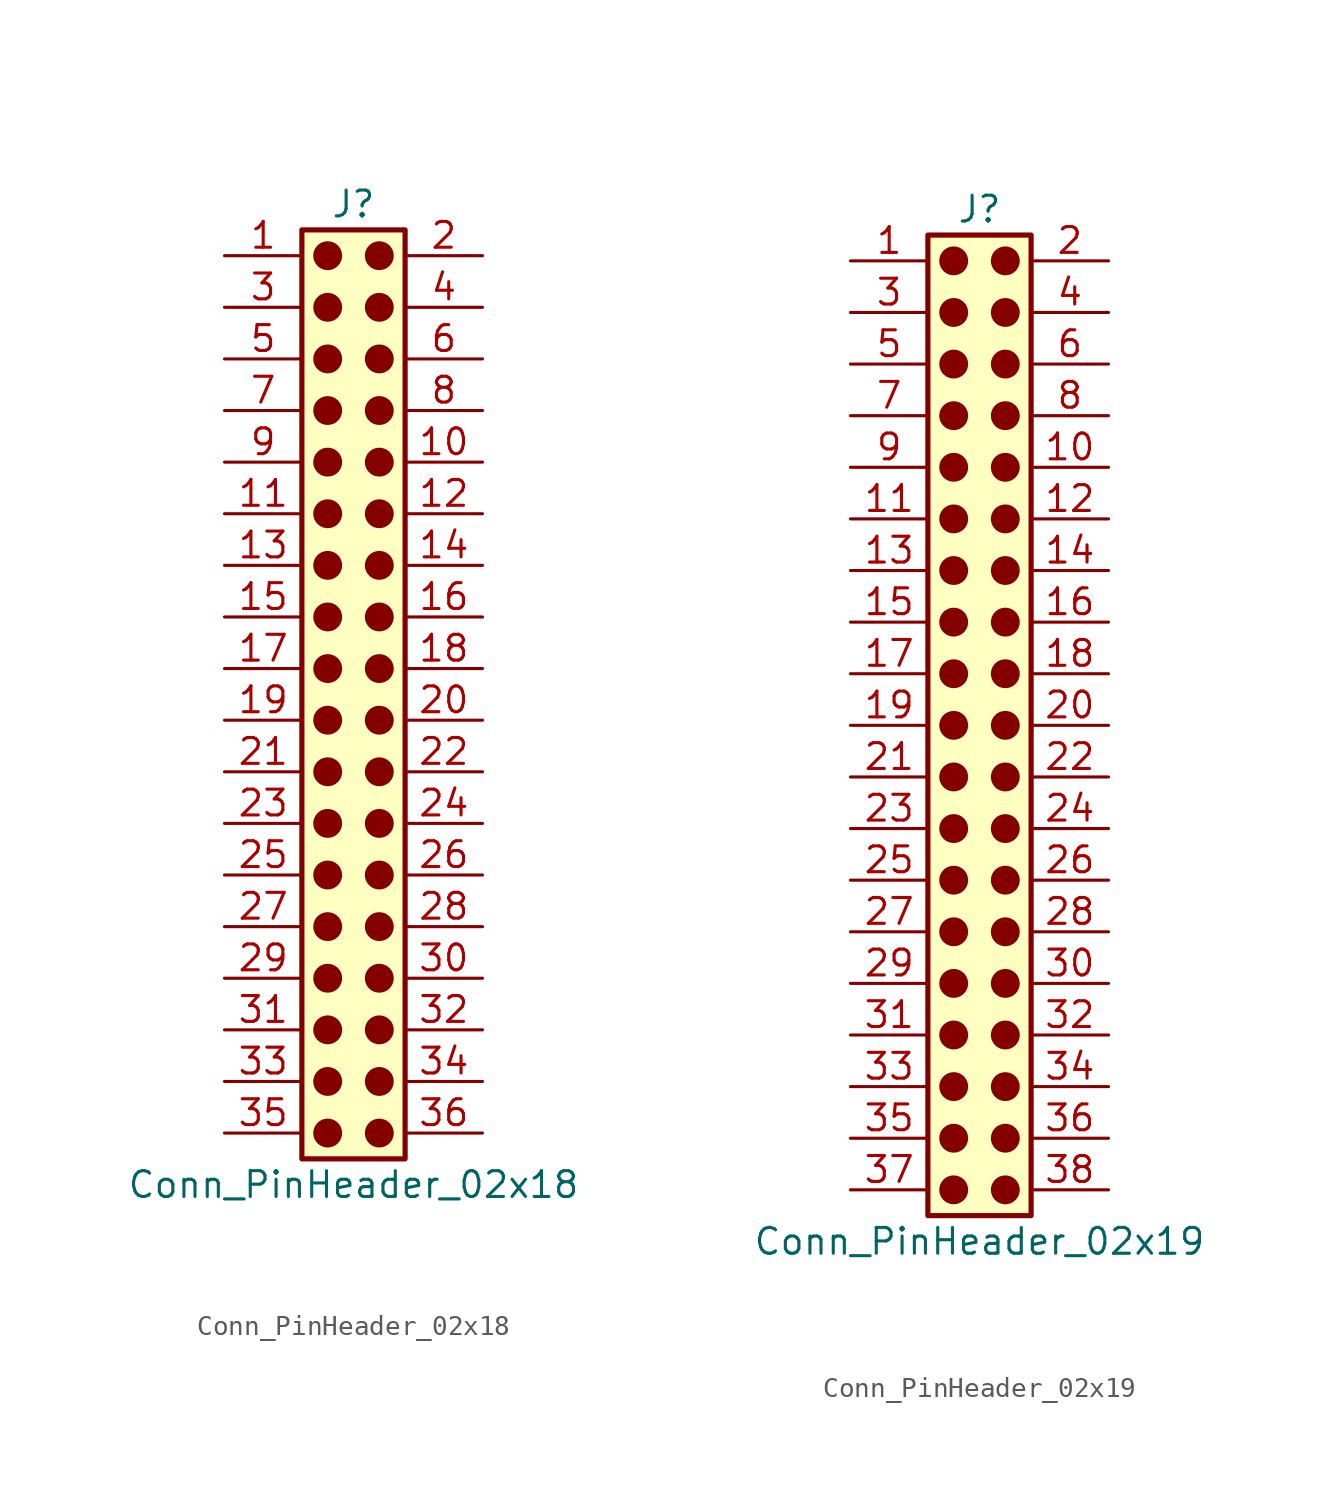
<source format=kicad_sym>
(kicad_symbol_lib
  (version 20241209)
  (generator "kicad_symbol_editor")
  (generator_version "9.0")
  (symbol "Conn_PinHeader_02x18"
    (pin_names
      (offset 1.016)
      (hide yes))
    (property "Reference" "J"
      (at 1.27 22.86 0)
      (effects (font (size 1.27 1.27))))
    (property "Value" "Conn_PinHeader_02x18"
      (at 1.27 -25.4 0)
      (effects (font (size 1.27 1.27))))
    (symbol "Conn_PinHeader_02x18_1_1"
      (rectangle (start -1.27 21.59) (end 3.81 -24.13) (stroke (width 0.254) (type default)) (fill (type background)))
      (circle (center 0 20.32) (radius 0.635) (stroke (width 0) (type solid) (color 132 0 0 1)) (fill (type outline)))
      (circle (center 0 17.78) (radius 0.635) (stroke (width 0) (type solid) (color 132 0 0 1)) (fill (type outline)))
      (circle (center 0 15.24) (radius 0.635) (stroke (width 0) (type solid) (color 132 0 0 1)) (fill (type outline)))
      (circle (center 0 12.7) (radius 0.635) (stroke (width 0) (type solid) (color 132 0 0 1)) (fill (type outline)))
      (circle (center 0 10.16) (radius 0.635) (stroke (width 0) (type solid) (color 132 0 0 1)) (fill (type outline)))
      (circle (center 0 7.62) (radius 0.635) (stroke (width 0) (type solid) (color 132 0 0 1)) (fill (type outline)))
      (circle (center 0 5.08) (radius 0.635) (stroke (width 0) (type solid) (color 132 0 0 1)) (fill (type outline)))
      (circle (center 0 2.54) (radius 0.635) (stroke (width 0) (type solid) (color 132 0 0 1)) (fill (type outline)))
      (circle (center 0 0) (radius 0.635) (stroke (width 0) (type solid) (color 132 0 0 1)) (fill (type outline)))
      (circle (center 0 -2.54) (radius 0.635) (stroke (width 0) (type solid) (color 132 0 0 1)) (fill (type outline)))
      (circle (center 0 -5.08) (radius 0.635) (stroke (width 0) (type solid) (color 132 0 0 1)) (fill (type outline)))
      (circle (center 0 -7.62) (radius 0.635) (stroke (width 0) (type solid) (color 132 0 0 1)) (fill (type outline)))
      (circle (center 0 -10.16) (radius 0.635) (stroke (width 0) (type solid) (color 132 0 0 1)) (fill (type outline)))
      (circle (center 0 -12.7) (radius 0.635) (stroke (width 0) (type solid) (color 132 0 0 1)) (fill (type outline)))
      (circle (center 0 -15.24) (radius 0.635) (stroke (width 0) (type solid) (color 132 0 0 1)) (fill (type outline)))
      (circle (center 0 -17.78) (radius 0.635) (stroke (width 0) (type solid) (color 132 0 0 1)) (fill (type outline)))
      (circle (center 0 -20.32) (radius 0.635) (stroke (width 0) (type solid) (color 132 0 0 1)) (fill (type outline)))
      (circle (center 0 -22.86) (radius 0.635) (stroke (width 0) (type solid) (color 132 0 0 1)) (fill (type outline)))
      (circle (center 2.54 20.32) (radius 0.635) (stroke (width 0) (type solid) (color 132 0 0 1)) (fill (type outline)))
      (circle (center 2.54 17.78) (radius 0.635) (stroke (width 0) (type solid) (color 132 0 0 1)) (fill (type outline)))
      (circle (center 2.54 15.24) (radius 0.635) (stroke (width 0) (type solid) (color 132 0 0 1)) (fill (type outline)))
      (circle (center 2.54 12.7) (radius 0.635) (stroke (width 0) (type solid) (color 132 0 0 1)) (fill (type outline)))
      (circle (center 2.54 10.16) (radius 0.635) (stroke (width 0) (type solid) (color 132 0 0 1)) (fill (type outline)))
      (circle (center 2.54 7.62) (radius 0.635) (stroke (width 0) (type solid) (color 132 0 0 1)) (fill (type outline)))
      (circle (center 2.54 5.08) (radius 0.635) (stroke (width 0) (type solid) (color 132 0 0 1)) (fill (type outline)))
      (circle (center 2.54 2.54) (radius 0.635) (stroke (width 0) (type solid) (color 132 0 0 1)) (fill (type outline)))
      (circle (center 2.54 0) (radius 0.635) (stroke (width 0) (type solid) (color 132 0 0 1)) (fill (type outline)))
      (circle (center 2.54 -2.54) (radius 0.635) (stroke (width 0) (type solid) (color 132 0 0 1)) (fill (type outline)))
      (circle (center 2.54 -5.08) (radius 0.635) (stroke (width 0) (type solid) (color 132 0 0 1)) (fill (type outline)))
      (circle (center 2.54 -7.62) (radius 0.635) (stroke (width 0) (type solid) (color 132 0 0 1)) (fill (type outline)))
      (circle (center 2.54 -10.16) (radius 0.635) (stroke (width 0) (type solid) (color 132 0 0 1)) (fill (type outline)))
      (circle (center 2.54 -12.7) (radius 0.635) (stroke (width 0) (type solid) (color 132 0 0 1)) (fill (type outline)))
      (circle (center 2.54 -15.24) (radius 0.635) (stroke (width 0) (type solid) (color 132 0 0 1)) (fill (type outline)))
      (circle (center 2.54 -17.78) (radius 0.635) (stroke (width 0) (type solid) (color 132 0 0 1)) (fill (type outline)))
      (circle (center 2.54 -20.32) (radius 0.635) (stroke (width 0) (type solid) (color 132 0 0 1)) (fill (type outline)))
      (circle (center 2.54 -22.86) (radius 0.635) (stroke (width 0) (type solid) (color 132 0 0 1)) (fill (type outline)))
      (pin passive line (at -5.08 20.32 0) (length 3.81) (name "Pin_1" (effects (font (size 1.27 1.27)))) (number "1" (effects (font (size 1.27 1.27)))))
      (pin passive line (at -5.08 17.78 0) (length 3.81) (name "Pin_3" (effects (font (size 1.27 1.27)))) (number "3" (effects (font (size 1.27 1.27)))))
      (pin passive line (at -5.08 15.24 0) (length 3.81) (name "Pin_5" (effects (font (size 1.27 1.27)))) (number "5" (effects (font (size 1.27 1.27)))))
      (pin passive line (at -5.08 12.7 0) (length 3.81) (name "Pin_7" (effects (font (size 1.27 1.27)))) (number "7" (effects (font (size 1.27 1.27)))))
      (pin passive line (at -5.08 10.16 0) (length 3.81) (name "Pin_9" (effects (font (size 1.27 1.27)))) (number "9" (effects (font (size 1.27 1.27)))))
      (pin passive line (at -5.08 7.62 0) (length 3.81) (name "Pin_11" (effects (font (size 1.27 1.27)))) (number "11" (effects (font (size 1.27 1.27)))))
      (pin passive line (at -5.08 5.08 0) (length 3.81) (name "Pin_13" (effects (font (size 1.27 1.27)))) (number "13" (effects (font (size 1.27 1.27)))))
      (pin passive line (at -5.08 2.54 0) (length 3.81) (name "Pin_15" (effects (font (size 1.27 1.27)))) (number "15" (effects (font (size 1.27 1.27)))))
      (pin passive line (at -5.08 0 0) (length 3.81) (name "Pin_17" (effects (font (size 1.27 1.27)))) (number "17" (effects (font (size 1.27 1.27)))))
      (pin passive line (at -5.08 -2.54 0) (length 3.81) (name "Pin_19" (effects (font (size 1.27 1.27)))) (number "19" (effects (font (size 1.27 1.27)))))
      (pin passive line (at -5.08 -5.08 0) (length 3.81) (name "Pin_21" (effects (font (size 1.27 1.27)))) (number "21" (effects (font (size 1.27 1.27)))))
      (pin passive line (at -5.08 -7.62 0) (length 3.81) (name "Pin_23" (effects (font (size 1.27 1.27)))) (number "23" (effects (font (size 1.27 1.27)))))
      (pin passive line (at -5.08 -10.16 0) (length 3.81) (name "Pin_25" (effects (font (size 1.27 1.27)))) (number "25" (effects (font (size 1.27 1.27)))))
      (pin passive line (at -5.08 -12.7 0) (length 3.81) (name "Pin_27" (effects (font (size 1.27 1.27)))) (number "27" (effects (font (size 1.27 1.27)))))
      (pin passive line (at -5.08 -15.24 0) (length 3.81) (name "Pin_29" (effects (font (size 1.27 1.27)))) (number "29" (effects (font (size 1.27 1.27)))))
      (pin passive line (at -5.08 -17.78 0) (length 3.81) (name "Pin_31" (effects (font (size 1.27 1.27)))) (number "31" (effects (font (size 1.27 1.27)))))
      (pin passive line (at -5.08 -20.32 0) (length 3.81) (name "Pin_33" (effects (font (size 1.27 1.27)))) (number "33" (effects (font (size 1.27 1.27)))))
      (pin passive line (at -5.08 -22.86 0) (length 3.81) (name "Pin_35" (effects (font (size 1.27 1.27)))) (number "35" (effects (font (size 1.27 1.27)))))
      (pin passive line (at 7.62 20.32 180) (length 3.81) (name "Pin_2" (effects (font (size 1.27 1.27)))) (number "2" (effects (font (size 1.27 1.27)))))
      (pin passive line (at 7.62 17.78 180) (length 3.81) (name "Pin_4" (effects (font (size 1.27 1.27)))) (number "4" (effects (font (size 1.27 1.27)))))
      (pin passive line (at 7.62 15.24 180) (length 3.81) (name "Pin_6" (effects (font (size 1.27 1.27)))) (number "6" (effects (font (size 1.27 1.27)))))
      (pin passive line (at 7.62 12.7 180) (length 3.81) (name "Pin_8" (effects (font (size 1.27 1.27)))) (number "8" (effects (font (size 1.27 1.27)))))
      (pin passive line (at 7.62 10.16 180) (length 3.81) (name "Pin_10" (effects (font (size 1.27 1.27)))) (number "10" (effects (font (size 1.27 1.27)))))
      (pin passive line (at 7.62 7.62 180) (length 3.81) (name "Pin_12" (effects (font (size 1.27 1.27)))) (number "12" (effects (font (size 1.27 1.27)))))
      (pin passive line (at 7.62 5.08 180) (length 3.81) (name "Pin_14" (effects (font (size 1.27 1.27)))) (number "14" (effects (font (size 1.27 1.27)))))
      (pin passive line (at 7.62 2.54 180) (length 3.81) (name "Pin_16" (effects (font (size 1.27 1.27)))) (number "16" (effects (font (size 1.27 1.27)))))
      (pin passive line (at 7.62 0 180) (length 3.81) (name "Pin_18" (effects (font (size 1.27 1.27)))) (number "18" (effects (font (size 1.27 1.27)))))
      (pin passive line (at 7.62 -2.54 180) (length 3.81) (name "Pin_20" (effects (font (size 1.27 1.27)))) (number "20" (effects (font (size 1.27 1.27)))))
      (pin passive line (at 7.62 -5.08 180) (length 3.81) (name "Pin_22" (effects (font (size 1.27 1.27)))) (number "22" (effects (font (size 1.27 1.27)))))
      (pin passive line (at 7.62 -7.62 180) (length 3.81) (name "Pin_24" (effects (font (size 1.27 1.27)))) (number "24" (effects (font (size 1.27 1.27)))))
      (pin passive line (at 7.62 -10.16 180) (length 3.81) (name "Pin_26" (effects (font (size 1.27 1.27)))) (number "26" (effects (font (size 1.27 1.27)))))
      (pin passive line (at 7.62 -12.7 180) (length 3.81) (name "Pin_28" (effects (font (size 1.27 1.27)))) (number "28" (effects (font (size 1.27 1.27)))))
      (pin passive line (at 7.62 -15.24 180) (length 3.81) (name "Pin_30" (effects (font (size 1.27 1.27)))) (number "30" (effects (font (size 1.27 1.27)))))
      (pin passive line (at 7.62 -17.78 180) (length 3.81) (name "Pin_32" (effects (font (size 1.27 1.27)))) (number "32" (effects (font (size 1.27 1.27)))))
      (pin passive line (at 7.62 -20.32 180) (length 3.81) (name "Pin_34" (effects (font (size 1.27 1.27)))) (number "34" (effects (font (size 1.27 1.27)))))
      (pin passive line (at 7.62 -22.86 180) (length 3.81) (name "Pin_36" (effects (font (size 1.27 1.27)))) (number "36" (effects (font (size 1.27 1.27)))))))
  (symbol "Conn_PinHeader_02x19"
    (pin_names
      (offset 1.016)
      (hide yes))
    (property "Reference" "J"
      (at 1.27 25.4 0)
      (effects (font (size 1.27 1.27))))
    (property "Value" "Conn_PinHeader_02x19"
      (at 1.27 -25.4 0)
      (effects (font (size 1.27 1.27))))
    (symbol "Conn_PinHeader_02x19_1_1"
      (rectangle (start -1.27 24.13) (end 3.81 -24.13) (stroke (width 0.254) (type default)) (fill (type background)))
      (circle (center 0 22.86) (radius 0.635) (stroke (width 0) (type solid) (color 132 0 0 1)) (fill (type outline)))
      (circle (center 0 20.32) (radius 0.635) (stroke (width 0) (type solid) (color 132 0 0 1)) (fill (type outline)))
      (circle (center 0 17.78) (radius 0.635) (stroke (width 0) (type solid) (color 132 0 0 1)) (fill (type outline)))
      (circle (center 0 15.24) (radius 0.635) (stroke (width 0) (type solid) (color 132 0 0 1)) (fill (type outline)))
      (circle (center 0 12.7) (radius 0.635) (stroke (width 0) (type solid) (color 132 0 0 1)) (fill (type outline)))
      (circle (center 0 10.16) (radius 0.635) (stroke (width 0) (type solid) (color 132 0 0 1)) (fill (type outline)))
      (circle (center 0 7.62) (radius 0.635) (stroke (width 0) (type solid) (color 132 0 0 1)) (fill (type outline)))
      (circle (center 0 5.08) (radius 0.635) (stroke (width 0) (type solid) (color 132 0 0 1)) (fill (type outline)))
      (circle (center 0 2.54) (radius 0.635) (stroke (width 0) (type solid) (color 132 0 0 1)) (fill (type outline)))
      (circle (center 0 0) (radius 0.635) (stroke (width 0) (type solid) (color 132 0 0 1)) (fill (type outline)))
      (circle (center 0 -2.54) (radius 0.635) (stroke (width 0) (type solid) (color 132 0 0 1)) (fill (type outline)))
      (circle (center 0 -5.08) (radius 0.635) (stroke (width 0) (type solid) (color 132 0 0 1)) (fill (type outline)))
      (circle (center 0 -7.62) (radius 0.635) (stroke (width 0) (type solid) (color 132 0 0 1)) (fill (type outline)))
      (circle (center 0 -10.16) (radius 0.635) (stroke (width 0) (type solid) (color 132 0 0 1)) (fill (type outline)))
      (circle (center 0 -12.7) (radius 0.635) (stroke (width 0) (type solid) (color 132 0 0 1)) (fill (type outline)))
      (circle (center 0 -15.24) (radius 0.635) (stroke (width 0) (type solid) (color 132 0 0 1)) (fill (type outline)))
      (circle (center 0 -17.78) (radius 0.635) (stroke (width 0) (type solid) (color 132 0 0 1)) (fill (type outline)))
      (circle (center 0 -20.32) (radius 0.635) (stroke (width 0) (type solid) (color 132 0 0 1)) (fill (type outline)))
      (circle (center 0 -22.86) (radius 0.635) (stroke (width 0) (type solid) (color 132 0 0 1)) (fill (type outline)))
      (circle (center 2.54 22.86) (radius 0.635) (stroke (width 0) (type solid) (color 132 0 0 1)) (fill (type outline)))
      (circle (center 2.54 20.32) (radius 0.635) (stroke (width 0) (type solid) (color 132 0 0 1)) (fill (type outline)))
      (circle (center 2.54 17.78) (radius 0.635) (stroke (width 0) (type solid) (color 132 0 0 1)) (fill (type outline)))
      (circle (center 2.54 15.24) (radius 0.635) (stroke (width 0) (type solid) (color 132 0 0 1)) (fill (type outline)))
      (circle (center 2.54 12.7) (radius 0.635) (stroke (width 0) (type solid) (color 132 0 0 1)) (fill (type outline)))
      (circle (center 2.54 10.16) (radius 0.635) (stroke (width 0) (type solid) (color 132 0 0 1)) (fill (type outline)))
      (circle (center 2.54 7.62) (radius 0.635) (stroke (width 0) (type solid) (color 132 0 0 1)) (fill (type outline)))
      (circle (center 2.54 5.08) (radius 0.635) (stroke (width 0) (type solid) (color 132 0 0 1)) (fill (type outline)))
      (circle (center 2.54 2.54) (radius 0.635) (stroke (width 0) (type solid) (color 132 0 0 1)) (fill (type outline)))
      (circle (center 2.54 0) (radius 0.635) (stroke (width 0) (type solid) (color 132 0 0 1)) (fill (type outline)))
      (circle (center 2.54 -2.54) (radius 0.635) (stroke (width 0) (type solid) (color 132 0 0 1)) (fill (type outline)))
      (circle (center 2.54 -5.08) (radius 0.635) (stroke (width 0) (type solid) (color 132 0 0 1)) (fill (type outline)))
      (circle (center 2.54 -7.62) (radius 0.635) (stroke (width 0) (type solid) (color 132 0 0 1)) (fill (type outline)))
      (circle (center 2.54 -10.16) (radius 0.635) (stroke (width 0) (type solid) (color 132 0 0 1)) (fill (type outline)))
      (circle (center 2.54 -12.7) (radius 0.635) (stroke (width 0) (type solid) (color 132 0 0 1)) (fill (type outline)))
      (circle (center 2.54 -15.24) (radius 0.635) (stroke (width 0) (type solid) (color 132 0 0 1)) (fill (type outline)))
      (circle (center 2.54 -17.78) (radius 0.635) (stroke (width 0) (type solid) (color 132 0 0 1)) (fill (type outline)))
      (circle (center 2.54 -20.32) (radius 0.635) (stroke (width 0) (type solid) (color 132 0 0 1)) (fill (type outline)))
      (circle (center 2.54 -22.86) (radius 0.635) (stroke (width 0) (type solid) (color 132 0 0 1)) (fill (type outline)))
      (pin passive line (at -5.08 22.86 0) (length 3.81) (name "Pin_1" (effects (font (size 1.27 1.27)))) (number "1" (effects (font (size 1.27 1.27)))))
      (pin passive line (at -5.08 20.32 0) (length 3.81) (name "Pin_3" (effects (font (size 1.27 1.27)))) (number "3" (effects (font (size 1.27 1.27)))))
      (pin passive line (at -5.08 17.78 0) (length 3.81) (name "Pin_5" (effects (font (size 1.27 1.27)))) (number "5" (effects (font (size 1.27 1.27)))))
      (pin passive line (at -5.08 15.24 0) (length 3.81) (name "Pin_7" (effects (font (size 1.27 1.27)))) (number "7" (effects (font (size 1.27 1.27)))))
      (pin passive line (at -5.08 12.7 0) (length 3.81) (name "Pin_9" (effects (font (size 1.27 1.27)))) (number "9" (effects (font (size 1.27 1.27)))))
      (pin passive line (at -5.08 10.16 0) (length 3.81) (name "Pin_11" (effects (font (size 1.27 1.27)))) (number "11" (effects (font (size 1.27 1.27)))))
      (pin passive line (at -5.08 7.62 0) (length 3.81) (name "Pin_13" (effects (font (size 1.27 1.27)))) (number "13" (effects (font (size 1.27 1.27)))))
      (pin passive line (at -5.08 5.08 0) (length 3.81) (name "Pin_15" (effects (font (size 1.27 1.27)))) (number "15" (effects (font (size 1.27 1.27)))))
      (pin passive line (at -5.08 2.54 0) (length 3.81) (name "Pin_17" (effects (font (size 1.27 1.27)))) (number "17" (effects (font (size 1.27 1.27)))))
      (pin passive line (at -5.08 0 0) (length 3.81) (name "Pin_19" (effects (font (size 1.27 1.27)))) (number "19" (effects (font (size 1.27 1.27)))))
      (pin passive line (at -5.08 -2.54 0) (length 3.81) (name "Pin_21" (effects (font (size 1.27 1.27)))) (number "21" (effects (font (size 1.27 1.27)))))
      (pin passive line (at -5.08 -5.08 0) (length 3.81) (name "Pin_23" (effects (font (size 1.27 1.27)))) (number "23" (effects (font (size 1.27 1.27)))))
      (pin passive line (at -5.08 -7.62 0) (length 3.81) (name "Pin_25" (effects (font (size 1.27 1.27)))) (number "25" (effects (font (size 1.27 1.27)))))
      (pin passive line (at -5.08 -10.16 0) (length 3.81) (name "Pin_27" (effects (font (size 1.27 1.27)))) (number "27" (effects (font (size 1.27 1.27)))))
      (pin passive line (at -5.08 -12.7 0) (length 3.81) (name "Pin_29" (effects (font (size 1.27 1.27)))) (number "29" (effects (font (size 1.27 1.27)))))
      (pin passive line (at -5.08 -15.24 0) (length 3.81) (name "Pin_31" (effects (font (size 1.27 1.27)))) (number "31" (effects (font (size 1.27 1.27)))))
      (pin passive line (at -5.08 -17.78 0) (length 3.81) (name "Pin_33" (effects (font (size 1.27 1.27)))) (number "33" (effects (font (size 1.27 1.27)))))
      (pin passive line (at -5.08 -20.32 0) (length 3.81) (name "Pin_35" (effects (font (size 1.27 1.27)))) (number "35" (effects (font (size 1.27 1.27)))))
      (pin passive line (at -5.08 -22.86 0) (length 3.81) (name "Pin_37" (effects (font (size 1.27 1.27)))) (number "37" (effects (font (size 1.27 1.27)))))
      (pin passive line (at 7.62 22.86 180) (length 3.81) (name "Pin_2" (effects (font (size 1.27 1.27)))) (number "2" (effects (font (size 1.27 1.27)))))
      (pin passive line (at 7.62 20.32 180) (length 3.81) (name "Pin_4" (effects (font (size 1.27 1.27)))) (number "4" (effects (font (size 1.27 1.27)))))
      (pin passive line (at 7.62 17.78 180) (length 3.81) (name "Pin_6" (effects (font (size 1.27 1.27)))) (number "6" (effects (font (size 1.27 1.27)))))
      (pin passive line (at 7.62 15.24 180) (length 3.81) (name "Pin_8" (effects (font (size 1.27 1.27)))) (number "8" (effects (font (size 1.27 1.27)))))
      (pin passive line (at 7.62 12.7 180) (length 3.81) (name "Pin_10" (effects (font (size 1.27 1.27)))) (number "10" (effects (font (size 1.27 1.27)))))
      (pin passive line (at 7.62 10.16 180) (length 3.81) (name "Pin_12" (effects (font (size 1.27 1.27)))) (number "12" (effects (font (size 1.27 1.27)))))
      (pin passive line (at 7.62 7.62 180) (length 3.81) (name "Pin_14" (effects (font (size 1.27 1.27)))) (number "14" (effects (font (size 1.27 1.27)))))
      (pin passive line (at 7.62 5.08 180) (length 3.81) (name "Pin_16" (effects (font (size 1.27 1.27)))) (number "16" (effects (font (size 1.27 1.27)))))
      (pin passive line (at 7.62 2.54 180) (length 3.81) (name "Pin_18" (effects (font (size 1.27 1.27)))) (number "18" (effects (font (size 1.27 1.27)))))
      (pin passive line (at 7.62 0 180) (length 3.81) (name "Pin_20" (effects (font (size 1.27 1.27)))) (number "20" (effects (font (size 1.27 1.27)))))
      (pin passive line (at 7.62 -2.54 180) (length 3.81) (name "Pin_22" (effects (font (size 1.27 1.27)))) (number "22" (effects (font (size 1.27 1.27)))))
      (pin passive line (at 7.62 -5.08 180) (length 3.81) (name "Pin_24" (effects (font (size 1.27 1.27)))) (number "24" (effects (font (size 1.27 1.27)))))
      (pin passive line (at 7.62 -7.62 180) (length 3.81) (name "Pin_26" (effects (font (size 1.27 1.27)))) (number "26" (effects (font (size 1.27 1.27)))))
      (pin passive line (at 7.62 -10.16 180) (length 3.81) (name "Pin_28" (effects (font (size 1.27 1.27)))) (number "28" (effects (font (size 1.27 1.27)))))
      (pin passive line (at 7.62 -12.7 180) (length 3.81) (name "Pin_30" (effects (font (size 1.27 1.27)))) (number "30" (effects (font (size 1.27 1.27)))))
      (pin passive line (at 7.62 -15.24 180) (length 3.81) (name "Pin_32" (effects (font (size 1.27 1.27)))) (number "32" (effects (font (size 1.27 1.27)))))
      (pin passive line (at 7.62 -17.78 180) (length 3.81) (name "Pin_34" (effects (font (size 1.27 1.27)))) (number "34" (effects (font (size 1.27 1.27)))))
      (pin passive line (at 7.62 -20.32 180) (length 3.81) (name "Pin_36" (effects (font (size 1.27 1.27)))) (number "36" (effects (font (size 1.27 1.27)))))
      (pin passive line (at 7.62 -22.86 180) (length 3.81) (name "Pin_38" (effects (font (size 1.27 1.27)))) (number "38" (effects (font (size 1.27 1.27))))))))
</source>
